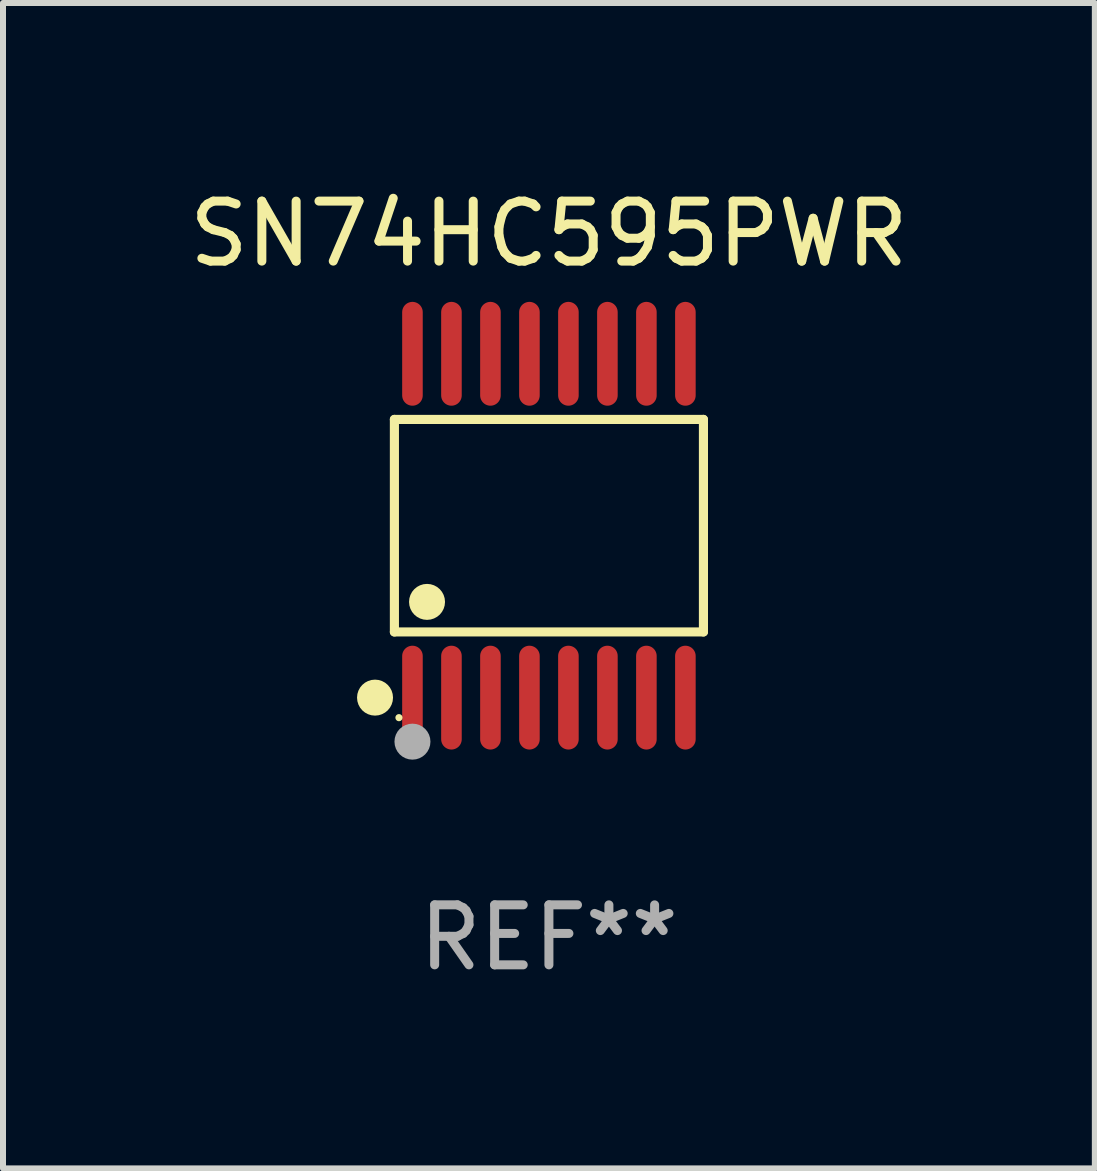
<source format=kicad_pcb>
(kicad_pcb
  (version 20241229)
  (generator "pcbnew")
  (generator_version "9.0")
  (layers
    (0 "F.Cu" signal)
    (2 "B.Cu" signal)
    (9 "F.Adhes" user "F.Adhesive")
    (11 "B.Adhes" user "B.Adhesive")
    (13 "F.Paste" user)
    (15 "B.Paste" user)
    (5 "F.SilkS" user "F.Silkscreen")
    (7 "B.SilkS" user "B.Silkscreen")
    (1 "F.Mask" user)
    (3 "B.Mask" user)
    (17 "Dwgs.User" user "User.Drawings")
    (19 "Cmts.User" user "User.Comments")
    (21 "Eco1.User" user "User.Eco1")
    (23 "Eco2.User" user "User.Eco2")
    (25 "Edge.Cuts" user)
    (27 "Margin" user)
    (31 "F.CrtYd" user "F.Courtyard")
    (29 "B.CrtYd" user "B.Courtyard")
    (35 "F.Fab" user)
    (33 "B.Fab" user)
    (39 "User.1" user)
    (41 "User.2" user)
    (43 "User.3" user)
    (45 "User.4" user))
  (footprint "SN74HC595PWR"
    (layer "F.Cu")
    (at 6.101 5.714)
    (property "Reference" "SN74HC595PWR" (at 0 -4.866 0) (layer "F.SilkS") (effects (font (size 1 1) (thickness 0.15))))
    (attr through_hole)
    (fp_line (start -2.576 -1.772) (end 2.576 -1.772) (stroke (width 0.152) (type solid)) (layer "F.SilkS"))
    (fp_line (start -2.576 1.771) (end -2.576 -1.772) (stroke (width 0.152) (type solid)) (layer "F.SilkS"))
    (fp_line (start 2.576 -1.772) (end 2.576 1.771) (stroke (width 0.152) (type solid)) (layer "F.SilkS"))
    (fp_line (start 2.576 1.771) (end -2.576 1.771) (stroke (width 0.152) (type solid)) (layer "F.SilkS"))
    (fp_circle (center -2.899 2.866) (end -2.749 2.866) (stroke (width 0.3) (type solid)) (fill no) (layer "F.SilkS"))
    (fp_circle (center -2.5 3.2) (end -2.47 3.2) (stroke (width 0.06) (type solid)) (fill no) (layer "F.SilkS"))
    (fp_circle (center -2.032 1.27) (end -1.882 1.27) (stroke (width 0.3) (type solid)) (fill no) (layer "F.SilkS"))
    (fp_circle (center -2.275 3.6) (end -2.125 3.6) (stroke (width 0.3) (type solid)) (fill no) (layer "F.Fab"))
    (fp_text user "REF**" (at 0 6.866 0) (layer "F.Fab") (effects (font (size 1 1) (thickness 0.15))))
    (pad "1" smd oval (at -2.275 2.866) (size 0.343 1.731) (layers "F.Cu" "F.Mask" "F.Paste"))
    (pad "2" smd oval (at -1.625 2.866) (size 0.343 1.731) (layers "F.Cu" "F.Mask" "F.Paste"))
    (pad "3" smd oval (at -0.975 2.866) (size 0.343 1.731) (layers "F.Cu" "F.Mask" "F.Paste"))
    (pad "4" smd oval (at -0.325 2.866) (size 0.343 1.731) (layers "F.Cu" "F.Mask" "F.Paste"))
    (pad "5" smd oval (at 0.325 2.866) (size 0.343 1.731) (layers "F.Cu" "F.Mask" "F.Paste"))
    (pad "6" smd oval (at 0.975 2.866) (size 0.343 1.731) (layers "F.Cu" "F.Mask" "F.Paste"))
    (pad "7" smd oval (at 1.625 2.866) (size 0.343 1.731) (layers "F.Cu" "F.Mask" "F.Paste"))
    (pad "8" smd oval (at 2.275 2.866) (size 0.343 1.731) (layers "F.Cu" "F.Mask" "F.Paste"))
    (pad "9" smd oval (at 2.275 -2.866) (size 0.343 1.731) (layers "F.Cu" "F.Mask" "F.Paste"))
    (pad "10" smd oval (at 1.625 -2.866) (size 0.343 1.731) (layers "F.Cu" "F.Mask" "F.Paste"))
    (pad "11" smd oval (at 0.975 -2.866) (size 0.343 1.731) (layers "F.Cu" "F.Mask" "F.Paste"))
    (pad "12" smd oval (at 0.325 -2.866) (size 0.343 1.731) (layers "F.Cu" "F.Mask" "F.Paste"))
    (pad "13" smd oval (at -0.325 -2.866) (size 0.343 1.731) (layers "F.Cu" "F.Mask" "F.Paste"))
    (pad "14" smd oval (at -0.975 -2.866) (size 0.343 1.731) (layers "F.Cu" "F.Mask" "F.Paste"))
    (pad "15" smd oval (at -1.625 -2.866) (size 0.343 1.731) (layers "F.Cu" "F.Mask" "F.Paste"))
    (pad "16" smd oval (at -2.275 -2.866) (size 0.343 1.731) (layers "F.Cu" "F.Mask" "F.Paste")))
  (gr_rect
    (start -3 -3)
    (end 15.202 16.428)
    (stroke (width 0.1) (type default))
    (fill no)
    (layer "Edge.Cuts")))
</source>
